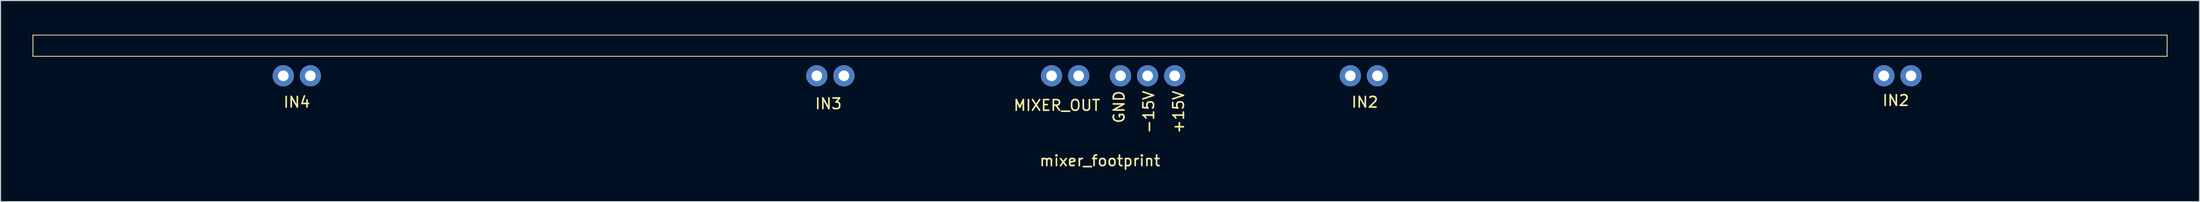
<source format=kicad_pcb>
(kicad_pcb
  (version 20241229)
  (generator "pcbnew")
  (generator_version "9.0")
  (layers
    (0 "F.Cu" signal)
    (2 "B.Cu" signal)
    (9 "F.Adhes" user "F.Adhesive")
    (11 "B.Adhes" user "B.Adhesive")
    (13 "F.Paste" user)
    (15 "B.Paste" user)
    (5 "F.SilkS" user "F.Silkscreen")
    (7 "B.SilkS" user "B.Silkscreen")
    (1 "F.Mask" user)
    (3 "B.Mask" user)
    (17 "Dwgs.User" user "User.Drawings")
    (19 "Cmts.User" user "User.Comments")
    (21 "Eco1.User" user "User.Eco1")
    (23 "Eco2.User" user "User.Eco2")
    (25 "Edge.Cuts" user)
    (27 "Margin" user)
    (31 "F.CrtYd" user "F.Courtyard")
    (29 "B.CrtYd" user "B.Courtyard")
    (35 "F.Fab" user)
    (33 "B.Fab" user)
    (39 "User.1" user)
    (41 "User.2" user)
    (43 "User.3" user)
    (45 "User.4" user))
  (footprint "mixer_footprint"
    (layer "F.Cu")
    (at 100.037 0.25)
    (property "Reference" "mixer_footprint" (at -0.01 11.82 0) (layer "F.SilkS") (effects (font (size 1 1) (thickness 0.15))))
    (attr through_hole)
    (fp_line (start -100 0) (end 100 0) (stroke (width 0.075) (type solid)) (layer "F.SilkS"))
    (fp_line (start -100 2) (end -100 0) (stroke (width 0.075) (type solid)) (layer "F.SilkS"))
    (fp_line (start -100 2) (end 100 2) (stroke (width 0.075) (type solid)) (layer "F.SilkS"))
    (fp_line (start 100 2) (end 100 0) (stroke (width 0.075) (type solid)) (layer "F.SilkS"))
    (fp_text user "GND" (at 1.79 6.76 90) (layer "F.SilkS") (effects (font (size 1 1) (thickness 0.15))))
    (fp_text user "+15V" (at 7.36 7.24 90) (layer "F.SilkS") (effects (font (size 1 1) (thickness 0.15))))
    (fp_text user "-15V" (at 4.56 7.24 90) (layer "F.SilkS") (effects (font (size 1 1) (thickness 0.15))))
    (fp_text user "IN4" (at -75.27 6.31 0) (layer "F.SilkS") (effects (font (size 1 1) (thickness 0.15))))
    (fp_text user "IN2" (at 24.82 6.31 0) (layer "F.SilkS") (effects (font (size 1 1) (thickness 0.15))))
    (fp_text user "MIXER_OUT" (at -4.04 6.61 0) (layer "F.SilkS") (effects (font (size 1 1) (thickness 0.15))))
    (fp_text user "IN2" (at 74.58 6.15 0) (layer "F.SilkS") (effects (font (size 1 1) (thickness 0.15))))
    (fp_text user "IN3" (at -25.45 6.46 0) (layer "F.SilkS") (effects (font (size 1 1) (thickness 0.15))))
    (pad "1" thru_hole circle (at 7 3.83) (size 2 2) (drill 1) (layers "*.Cu" "*.Mask"))
    (pad "2" thru_hole circle (at 1.92 3.83) (size 2 2) (drill 1) (layers "*.Cu" "*.Mask"))
    (pad "3" thru_hole circle (at 4.46 3.83) (size 2 2) (drill 1) (layers "*.Cu" "*.Mask"))
    (pad "4" thru_hole circle (at -76.54 3.83) (size 2 2) (drill 1) (layers "*.Cu" "*.Mask"))
    (pad "5" thru_hole circle (at -74 3.83) (size 2 2) (drill 1) (layers "*.Cu" "*.Mask"))
    (pad "6" thru_hole circle (at -26.54 3.83) (size 2 2) (drill 1) (layers "*.Cu" "*.Mask"))
    (pad "7" thru_hole circle (at -24 3.83) (size 2 2) (drill 1) (layers "*.Cu" "*.Mask"))
    (pad "8" thru_hole circle (at 23.46 3.83) (size 2 2) (drill 1) (layers "*.Cu" "*.Mask"))
    (pad "9" thru_hole circle (at 26 3.83) (size 2 2) (drill 1) (layers "*.Cu" "*.Mask"))
    (pad "10" thru_hole circle (at 73.46 3.83) (size 2 2) (drill 1) (layers "*.Cu" "*.Mask"))
    (pad "11" thru_hole circle (at 76 3.83) (size 2 2) (drill 1) (layers "*.Cu" "*.Mask"))
    (pad "12" thru_hole circle (at -4.54 3.83) (size 2 2) (drill 1) (layers "*.Cu" "*.Mask"))
    (pad "13" thru_hole circle (at -2 3.83) (size 2 2) (drill 1) (layers "*.Cu" "*.Mask")))
  (gr_rect
    (start -3 -3)
    (end 203.075 15.918)
    (stroke (width 0.1) (type default))
    (fill no)
    (layer "Edge.Cuts")))
</source>
